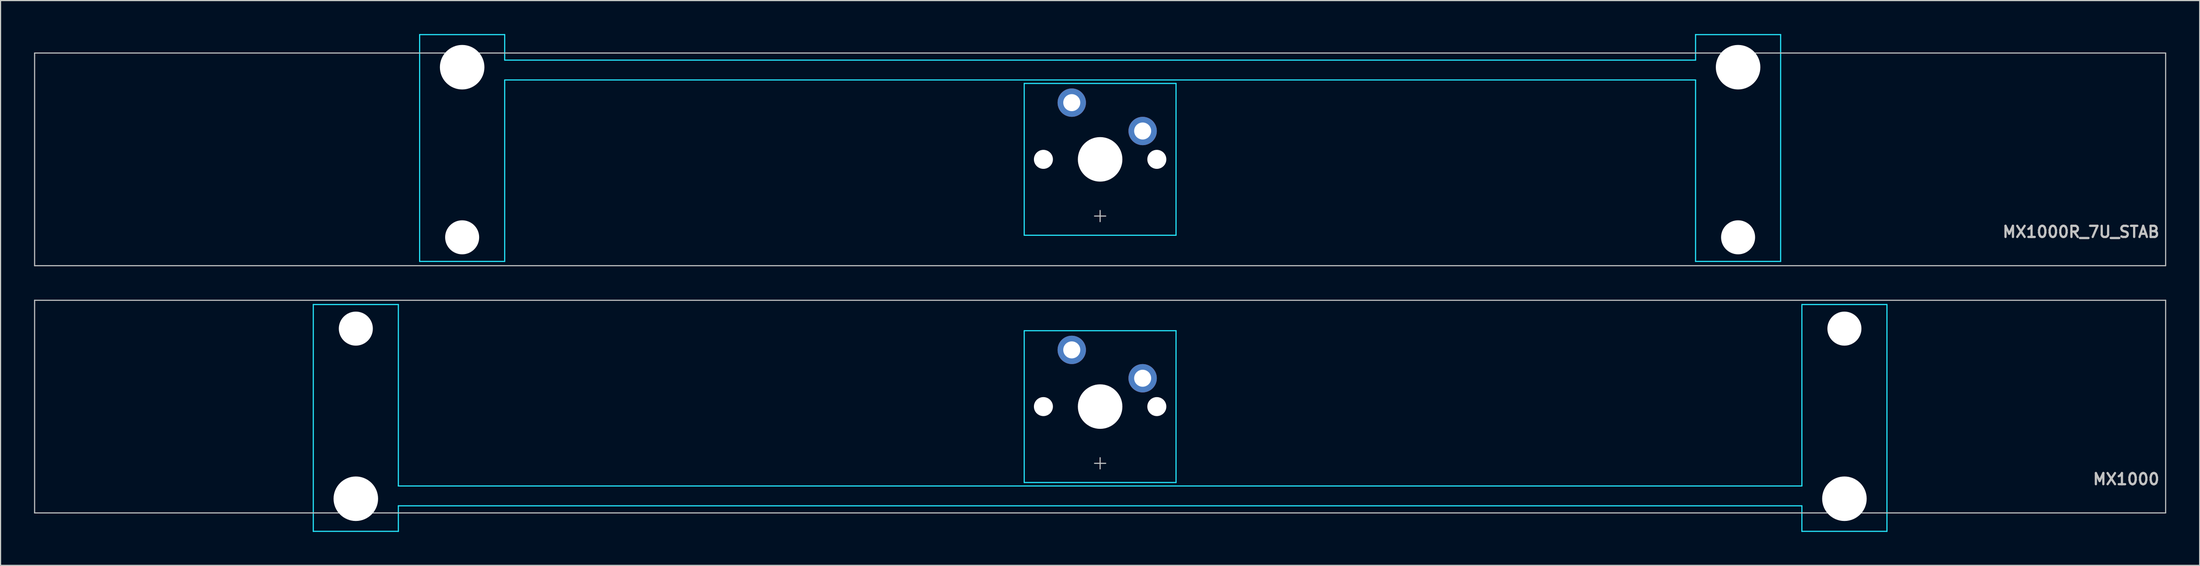
<source format=kicad_pcb>
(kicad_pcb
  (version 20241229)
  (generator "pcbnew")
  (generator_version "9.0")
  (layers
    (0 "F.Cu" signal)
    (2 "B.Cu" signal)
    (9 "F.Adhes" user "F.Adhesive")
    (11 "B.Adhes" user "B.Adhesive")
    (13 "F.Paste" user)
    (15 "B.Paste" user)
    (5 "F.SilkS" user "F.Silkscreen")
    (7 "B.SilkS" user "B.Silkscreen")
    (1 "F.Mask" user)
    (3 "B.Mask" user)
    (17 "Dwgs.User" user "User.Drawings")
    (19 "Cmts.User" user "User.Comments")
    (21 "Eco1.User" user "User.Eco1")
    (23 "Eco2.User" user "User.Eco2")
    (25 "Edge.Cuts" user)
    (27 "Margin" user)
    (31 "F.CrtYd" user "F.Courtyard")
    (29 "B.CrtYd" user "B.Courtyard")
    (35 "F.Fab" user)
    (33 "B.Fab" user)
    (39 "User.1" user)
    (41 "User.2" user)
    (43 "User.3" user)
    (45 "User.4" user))
  (footprint "MX1000"
    (layer "F.Cu")
    (at 95.5 33.376)
    (property "Reference" "MX1000" (at 95 6.5 0) (unlocked yes) (layer "Dwgs.User") (effects (font (size 1 1) (thickness 0.2)) (justify right)))
    (attr smd)
    (fp_line (start -95.45 -9.525) (end -95.45 9.525) (stroke (width 0.1) (type solid)) (layer "Dwgs.User"))
    (fp_line (start -95.45 -9.525) (end 95.45 -9.525) (stroke (width 0.1) (type solid)) (layer "Dwgs.User"))
    (fp_line (start -95.45 9.525) (end 95.45 9.525) (stroke (width 0.1) (type solid)) (layer "Dwgs.User"))
    (fp_line (start -0.5 5.08) (end 0.5 5.08) (stroke (width 0.1) (type solid)) (layer "Dwgs.User"))
    (fp_line (start 0 5.58) (end 0 4.58) (stroke (width 0.1) (type solid)) (layer "Dwgs.User"))
    (fp_line (start 95.45 -9.525) (end 95.45 9.525) (stroke (width 0.1) (type solid)) (layer "Dwgs.User"))
    (fp_line (start -70.175 -5.485) (end -70.175 8.515) (stroke (width 0.1) (type solid)) (layer "Eco1.User"))
    (fp_line (start -69.675 -5.985) (end -63.675 -5.985) (stroke (width 0.1) (type solid)) (layer "Eco1.User"))
    (fp_line (start -63.675 9.015) (end -69.675 9.015) (stroke (width 0.1) (type solid)) (layer "Eco1.User"))
    (fp_line (start -63.175 8.515) (end -63.175 -5.485) (stroke (width 0.1) (type solid)) (layer "Eco1.User"))
    (fp_line (start -7 -6.5) (end -7 6.5) (stroke (width 0.1) (type solid)) (layer "Eco1.User"))
    (fp_line (start -6.5 7) (end 6.5 7) (stroke (width 0.1) (type solid)) (layer "Eco1.User"))
    (fp_line (start 6.5 -7) (end -6.5 -7) (stroke (width 0.1) (type solid)) (layer "Eco1.User"))
    (fp_line (start 7 6.5) (end 7 -6.5) (stroke (width 0.1) (type solid)) (layer "Eco1.User"))
    (fp_line (start 63.175 -5.485) (end 63.175 8.515) (stroke (width 0.1) (type solid)) (layer "Eco1.User"))
    (fp_line (start 63.675 -5.985) (end 69.675 -5.985) (stroke (width 0.1) (type solid)) (layer "Eco1.User"))
    (fp_line (start 69.675 9.015) (end 63.675 9.015) (stroke (width 0.1) (type solid)) (layer "Eco1.User"))
    (fp_line (start 70.175 8.515) (end 70.175 -5.485) (stroke (width 0.1) (type solid)) (layer "Eco1.User"))
    (fp_arc (start -70.175 -5.485) (mid -70.028553 -5.838553) (end -69.675 -5.985) (stroke (width 0.1) (type solid)) (layer "Eco1.User"))
    (fp_arc (start -69.675 9.015) (mid -70.028553 8.868553) (end -70.175 8.515) (stroke (width 0.1) (type solid)) (layer "Eco1.User"))
    (fp_arc (start -63.675 -5.985) (mid -63.321447 -5.838553) (end -63.175 -5.485) (stroke (width 0.1) (type solid)) (layer "Eco1.User"))
    (fp_arc (start -63.175 8.515) (mid -63.321447 8.868553) (end -63.675 9.015) (stroke (width 0.1) (type solid)) (layer "Eco1.User"))
    (fp_arc (start -7 -6.5) (mid -6.853553 -6.853553) (end -6.5 -7) (stroke (width 0.1) (type solid)) (layer "Eco1.User"))
    (fp_arc (start -6.5 7) (mid -6.853553 6.853553) (end -7 6.5) (stroke (width 0.1) (type solid)) (layer "Eco1.User"))
    (fp_arc (start 6.5 -7) (mid 6.853553 -6.853553) (end 7 -6.5) (stroke (width 0.1) (type solid)) (layer "Eco1.User"))
    (fp_arc (start 7 6.5) (mid 6.853553 6.853553) (end 6.5 7) (stroke (width 0.1) (type solid)) (layer "Eco1.User"))
    (fp_arc (start 63.175 -5.485) (mid 63.321447 -5.838553) (end 63.675 -5.985) (stroke (width 0.1) (type solid)) (layer "Eco1.User"))
    (fp_arc (start 63.675 9.015) (mid 63.321447 8.868553) (end 63.175 8.515) (stroke (width 0.1) (type solid)) (layer "Eco1.User"))
    (fp_arc (start 69.675 -5.985) (mid 70.028553 -5.838553) (end 70.175 -5.485) (stroke (width 0.1) (type solid)) (layer "Eco1.User"))
    (fp_arc (start 70.175 8.515) (mid 70.028553 8.868553) (end 69.675 9.015) (stroke (width 0.1) (type solid)) (layer "Eco1.User"))
    (fp_line (start -70.485 -9.144) (end -70.485 11.176) (stroke (width 0.1) (type solid)) (layer "B.CrtYd"))
    (fp_line (start -70.485 -9.144) (end -62.865 -9.144) (stroke (width 0.1) (type solid)) (layer "B.CrtYd"))
    (fp_line (start -70.485 11.176) (end -62.865 11.176) (stroke (width 0.1) (type solid)) (layer "B.CrtYd"))
    (fp_line (start -62.865 7.112) (end -62.865 -9.144) (stroke (width 0.1) (type solid)) (layer "B.CrtYd"))
    (fp_line (start -62.865 7.112) (end 62.865 7.112) (stroke (width 0.1) (type solid)) (layer "B.CrtYd"))
    (fp_line (start -62.865 8.89) (end -62.865 11.176) (stroke (width 0.1) (type solid)) (layer "B.CrtYd"))
    (fp_line (start -62.865 8.89) (end 62.865 8.89) (stroke (width 0.1) (type solid)) (layer "B.CrtYd"))
    (fp_line (start -6.8 -6.8) (end -6.8 6.8) (stroke (width 0.1) (type solid)) (layer "B.CrtYd"))
    (fp_line (start -6.8 -6.8) (end 6.8 -6.8) (stroke (width 0.1) (type solid)) (layer "B.CrtYd"))
    (fp_line (start -6.8 6.8) (end 6.8 6.8) (stroke (width 0.1) (type solid)) (layer "B.CrtYd"))
    (fp_line (start 6.8 6.8) (end 6.8 -6.8) (stroke (width 0.1) (type solid)) (layer "B.CrtYd"))
    (fp_line (start 62.865 -9.144) (end 70.485 -9.144) (stroke (width 0.1) (type solid)) (layer "B.CrtYd"))
    (fp_line (start 62.865 7.112) (end 62.865 -9.144) (stroke (width 0.1) (type solid)) (layer "B.CrtYd"))
    (fp_line (start 62.865 8.89) (end 62.865 11.176) (stroke (width 0.1) (type solid)) (layer "B.CrtYd"))
    (fp_line (start 62.865 11.176) (end 70.485 11.176) (stroke (width 0.1) (type solid)) (layer "B.CrtYd"))
    (fp_line (start 70.485 -9.144) (end 70.485 11.176) (stroke (width 0.1) (type solid)) (layer "B.CrtYd"))
    (pad "" np_thru_hole circle (at -66.675 -6.985 180) (size 3.048 3.048) (drill 3.048) (layers "*.Cu" "*.Mask"))
    (pad "" np_thru_hole circle (at -66.675 8.255 180) (size 3.988 3.988) (drill 3.988) (layers "*.Cu" "*.Mask"))
    (pad "" np_thru_hole circle (at -5.08 0) (size 1.702 1.702) (drill 1.702) (layers "*.Cu" "*.Mask"))
    (pad "" connect circle (at -2.54 -5.08) (size 1.524 1.524) (layers "B.Mask"))
    (pad "" np_thru_hole circle (at 0 0) (size 3.988 3.988) (drill 3.988) (layers "*.Cu" "*.Mask"))
    (pad "" connect circle (at 3.81 -2.54) (size 1.524 1.524) (layers "B.Mask"))
    (pad "" np_thru_hole circle (at 5.08 0) (size 1.702 1.702) (drill 1.702) (layers "*.Cu" "*.Mask"))
    (pad "" np_thru_hole circle (at 66.675 -6.985 180) (size 3.048 3.048) (drill 3.048) (layers "*.Cu" "*.Mask"))
    (pad "" np_thru_hole circle (at 66.675 8.255 180) (size 3.988 3.988) (drill 3.988) (layers "*.Cu" "*.Mask"))
    (pad "1" thru_hole circle (at -2.54 -5.08) (size 2.54 2.54) (drill 1.524) (layers "*.Cu" "F.Mask"))
    (pad "2" thru_hole circle (at 3.81 -2.54) (size 2.54 2.54) (drill 1.524) (layers "*.Cu" "F.Mask")))
  (footprint "MX1000R_7U_STAB"
    (layer "F.Cu")
    (at 95.5 11.226)
    (property "Reference" "MX1000R_7U_STAB" (at 95 6.5 0) (unlocked yes) (layer "Dwgs.User") (effects (font (size 1 1) (thickness 0.2)) (justify right)))
    (attr smd)
    (fp_line (start -95.45 -9.525) (end -95.45 9.525) (stroke (width 0.1) (type solid)) (layer "Dwgs.User"))
    (fp_line (start -95.45 -9.525) (end 95.45 -9.525) (stroke (width 0.1) (type solid)) (layer "Dwgs.User"))
    (fp_line (start -95.45 9.525) (end 95.45 9.525) (stroke (width 0.1) (type solid)) (layer "Dwgs.User"))
    (fp_line (start -0.5 5.08) (end 0.5 5.08) (stroke (width 0.1) (type solid)) (layer "Dwgs.User"))
    (fp_line (start 0 5.58) (end 0 4.58) (stroke (width 0.1) (type solid)) (layer "Dwgs.User"))
    (fp_line (start 95.45 -9.525) (end 95.45 9.525) (stroke (width 0.1) (type solid)) (layer "Dwgs.User"))
    (fp_line (start -60.65 -8.515) (end -60.65 5.485) (stroke (width 0.1) (type solid)) (layer "Eco1.User"))
    (fp_line (start -60.15 -9.015) (end -54.15 -9.015) (stroke (width 0.1) (type solid)) (layer "Eco1.User"))
    (fp_line (start -54.15 5.985) (end -60.15 5.985) (stroke (width 0.1) (type solid)) (layer "Eco1.User"))
    (fp_line (start -53.65 5.485) (end -53.65 -8.515) (stroke (width 0.1) (type solid)) (layer "Eco1.User"))
    (fp_line (start -7 -6.5) (end -7 6.5) (stroke (width 0.1) (type solid)) (layer "Eco1.User"))
    (fp_line (start -6.5 7) (end 6.5 7) (stroke (width 0.1) (type solid)) (layer "Eco1.User"))
    (fp_line (start 6.5 -7) (end -6.5 -7) (stroke (width 0.1) (type solid)) (layer "Eco1.User"))
    (fp_line (start 7 6.5) (end 7 -6.5) (stroke (width 0.1) (type solid)) (layer "Eco1.User"))
    (fp_line (start 53.65 -8.515) (end 53.65 5.485) (stroke (width 0.1) (type solid)) (layer "Eco1.User"))
    (fp_line (start 54.15 -9.015) (end 60.15 -9.015) (stroke (width 0.1) (type solid)) (layer "Eco1.User"))
    (fp_line (start 60.15 5.985) (end 54.15 5.985) (stroke (width 0.1) (type solid)) (layer "Eco1.User"))
    (fp_line (start 60.65 5.485) (end 60.65 -8.515) (stroke (width 0.1) (type solid)) (layer "Eco1.User"))
    (fp_arc (start -60.65 -8.515) (mid -60.503553 -8.868553) (end -60.15 -9.015) (stroke (width 0.1) (type solid)) (layer "Eco1.User"))
    (fp_arc (start -60.15 5.985) (mid -60.503553 5.838553) (end -60.65 5.485) (stroke (width 0.1) (type solid)) (layer "Eco1.User"))
    (fp_arc (start -54.15 -9.015) (mid -53.796447 -8.868553) (end -53.65 -8.515) (stroke (width 0.1) (type solid)) (layer "Eco1.User"))
    (fp_arc (start -53.65 5.485) (mid -53.796447 5.838553) (end -54.15 5.985) (stroke (width 0.1) (type solid)) (layer "Eco1.User"))
    (fp_arc (start -7 -6.5) (mid -6.853553 -6.853553) (end -6.5 -7) (stroke (width 0.1) (type solid)) (layer "Eco1.User"))
    (fp_arc (start -6.5 7) (mid -6.853553 6.853553) (end -7 6.5) (stroke (width 0.1) (type solid)) (layer "Eco1.User"))
    (fp_arc (start 6.5 -7) (mid 6.853553 -6.853553) (end 7 -6.5) (stroke (width 0.1) (type solid)) (layer "Eco1.User"))
    (fp_arc (start 7 6.5) (mid 6.853553 6.853553) (end 6.5 7) (stroke (width 0.1) (type solid)) (layer "Eco1.User"))
    (fp_arc (start 53.65 -8.515) (mid 53.796447 -8.868553) (end 54.15 -9.015) (stroke (width 0.1) (type solid)) (layer "Eco1.User"))
    (fp_arc (start 54.15 5.985) (mid 53.796447 5.838553) (end 53.65 5.485) (stroke (width 0.1) (type solid)) (layer "Eco1.User"))
    (fp_arc (start 60.15 -9.015) (mid 60.503553 -8.868553) (end 60.65 -8.515) (stroke (width 0.1) (type solid)) (layer "Eco1.User"))
    (fp_arc (start 60.65 5.485) (mid 60.503553 5.838553) (end 60.15 5.985) (stroke (width 0.1) (type solid)) (layer "Eco1.User"))
    (fp_line (start -60.96 9.144) (end -60.96 -11.176) (stroke (width 0.1) (type solid)) (layer "B.CrtYd"))
    (fp_line (start -53.34 -11.176) (end -60.96 -11.176) (stroke (width 0.1) (type solid)) (layer "B.CrtYd"))
    (fp_line (start -53.34 -8.89) (end -53.34 -11.176) (stroke (width 0.1) (type solid)) (layer "B.CrtYd"))
    (fp_line (start -53.34 -7.112) (end -53.34 9.144) (stroke (width 0.1) (type solid)) (layer "B.CrtYd"))
    (fp_line (start -53.34 9.144) (end -60.96 9.144) (stroke (width 0.1) (type solid)) (layer "B.CrtYd"))
    (fp_line (start -6.8 -6.8) (end -6.8 6.8) (stroke (width 0.1) (type solid)) (layer "B.CrtYd"))
    (fp_line (start -6.8 -6.8) (end 6.8 -6.8) (stroke (width 0.1) (type solid)) (layer "B.CrtYd"))
    (fp_line (start -6.8 6.8) (end 6.8 6.8) (stroke (width 0.1) (type solid)) (layer "B.CrtYd"))
    (fp_line (start 6.8 6.8) (end 6.8 -6.8) (stroke (width 0.1) (type solid)) (layer "B.CrtYd"))
    (fp_line (start 53.34 -8.89) (end -53.34 -8.89) (stroke (width 0.1) (type solid)) (layer "B.CrtYd"))
    (fp_line (start 53.34 -8.89) (end 53.34 -11.176) (stroke (width 0.1) (type solid)) (layer "B.CrtYd"))
    (fp_line (start 53.34 -7.112) (end -53.34 -7.112) (stroke (width 0.1) (type solid)) (layer "B.CrtYd"))
    (fp_line (start 53.34 -7.112) (end 53.34 9.144) (stroke (width 0.1) (type solid)) (layer "B.CrtYd"))
    (fp_line (start 60.96 -11.176) (end 53.34 -11.176) (stroke (width 0.1) (type solid)) (layer "B.CrtYd"))
    (fp_line (start 60.96 9.144) (end 53.34 9.144) (stroke (width 0.1) (type solid)) (layer "B.CrtYd"))
    (fp_line (start 60.96 9.144) (end 60.96 -11.176) (stroke (width 0.1) (type solid)) (layer "B.CrtYd"))
    (pad "" np_thru_hole circle (at -57.15 -8.255) (size 3.988 3.988) (drill 3.988) (layers "*.Cu" "*.Mask"))
    (pad "" np_thru_hole circle (at -57.15 6.985) (size 3.048 3.048) (drill 3.048) (layers "*.Cu" "*.Mask"))
    (pad "" np_thru_hole circle (at -5.08 0) (size 1.702 1.702) (drill 1.702) (layers "*.Cu" "*.Mask"))
    (pad "" connect circle (at -2.54 -5.08) (size 1.524 1.524) (layers "B.Mask"))
    (pad "" np_thru_hole circle (at 0 0 180) (size 3.988 3.988) (drill 3.988) (layers "*.Cu" "*.Mask"))
    (pad "" connect circle (at 3.81 -2.54) (size 1.524 1.524) (layers "B.Mask"))
    (pad "" np_thru_hole circle (at 5.08 0) (size 1.702 1.702) (drill 1.702) (layers "*.Cu" "*.Mask"))
    (pad "" np_thru_hole circle (at 57.15 -8.255) (size 3.988 3.988) (drill 3.988) (layers "*.Cu" "*.Mask"))
    (pad "" np_thru_hole circle (at 57.15 6.985) (size 3.048 3.048) (drill 3.048) (layers "*.Cu" "*.Mask"))
    (pad "1" thru_hole circle (at -2.54 -5.08) (size 2.54 2.54) (drill 1.524) (layers "*.Cu" "F.Mask"))
    (pad "2" thru_hole circle (at 3.81 -2.54) (size 2.54 2.54) (drill 1.524) (layers "*.Cu" "F.Mask")))
  (gr_rect
    (start -3 -3)
    (end 194 47.602)
    (stroke (width 0.1) (type default))
    (fill no)
    (layer "Edge.Cuts")))
</source>
